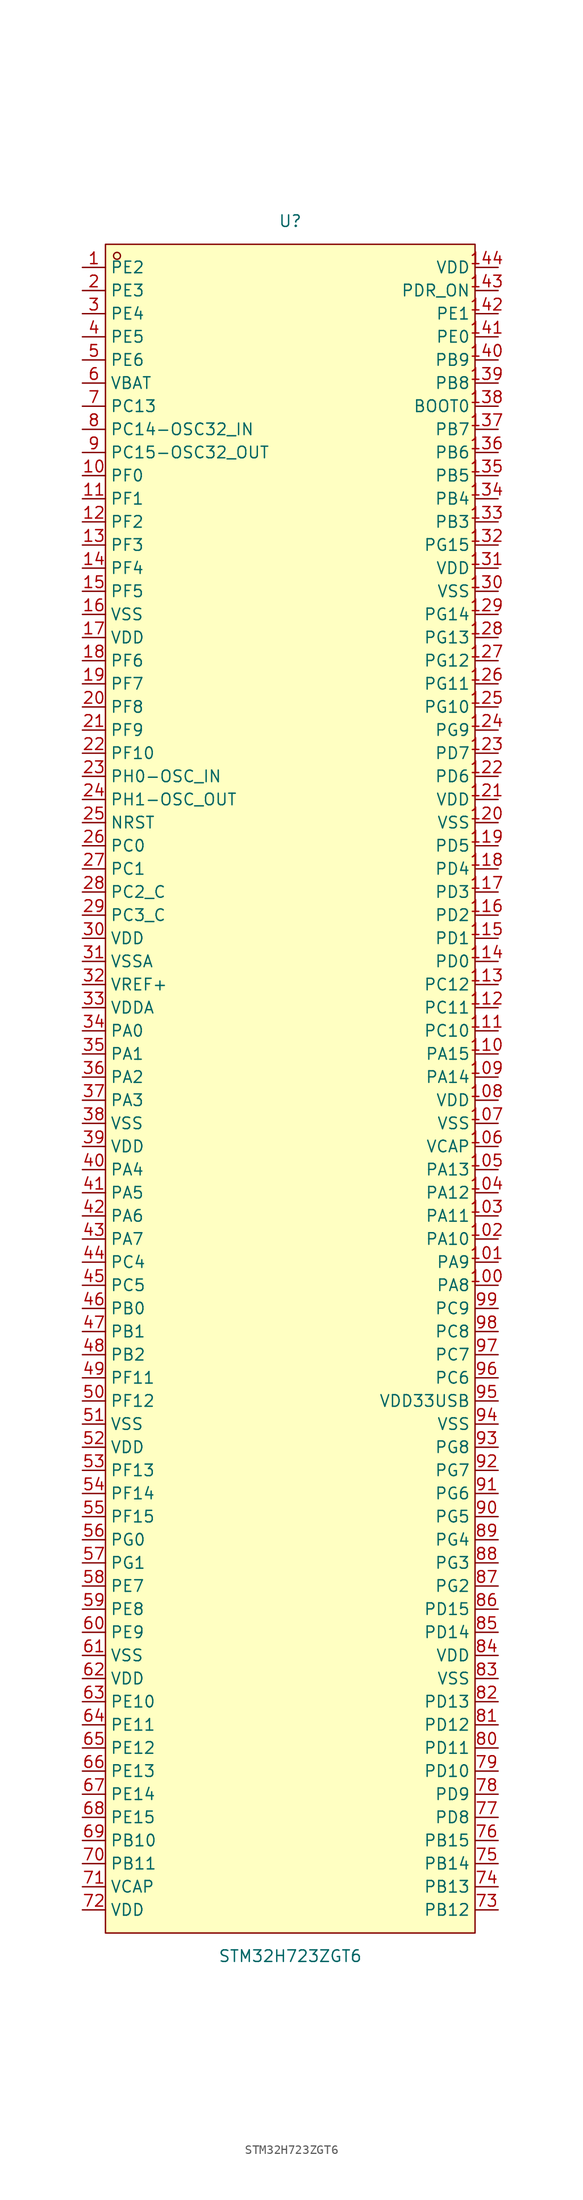
<source format=kicad_sym>
(kicad_symbol_lib
  (version 20211014)
  (generator https://github.com/uPesy/easyeda2kicad.py)
  (symbol "STM32H723ZGT6"
    (property "Reference" "U"
      (at 0 95.25 0)
      (effects (font (size 1.27 1.27))))
    (property "Value" "STM32H723ZGT6"
      (at 0 -95.25 0)
      (effects (font (size 1.27 1.27))))
    (symbol "STM32H723ZGT6_0_1"
      (rectangle (start -20.32 92.71) (end 20.32 -92.71) (stroke (width 0) (type default) (color 0 0 0 0)) (fill (type background)))
      (circle (center -19.05 91.44) (radius 0.38) (stroke (width 0) (type default) (color 0 0 0 0)) (fill (type none)))
      (pin unspecified line (at -22.86 90.17 0) (length 2.54) (name "PE2" (effects (font (size 1.27 1.27)))) (number "1" (effects (font (size 1.27 1.27)))))
      (pin unspecified line (at -22.86 87.63 0) (length 2.54) (name "PE3" (effects (font (size 1.27 1.27)))) (number "2" (effects (font (size 1.27 1.27)))))
      (pin unspecified line (at -22.86 85.09 0) (length 2.54) (name "PE4" (effects (font (size 1.27 1.27)))) (number "3" (effects (font (size 1.27 1.27)))))
      (pin unspecified line (at -22.86 82.55 0) (length 2.54) (name "PE5" (effects (font (size 1.27 1.27)))) (number "4" (effects (font (size 1.27 1.27)))))
      (pin unspecified line (at -22.86 80.01 0) (length 2.54) (name "PE6" (effects (font (size 1.27 1.27)))) (number "5" (effects (font (size 1.27 1.27)))))
      (pin unspecified line (at -22.86 77.47 0) (length 2.54) (name "VBAT" (effects (font (size 1.27 1.27)))) (number "6" (effects (font (size 1.27 1.27)))))
      (pin unspecified line (at -22.86 74.93 0) (length 2.54) (name "PC13" (effects (font (size 1.27 1.27)))) (number "7" (effects (font (size 1.27 1.27)))))
      (pin unspecified line (at -22.86 72.39 0) (length 2.54) (name "PC14-OSC32_IN" (effects (font (size 1.27 1.27)))) (number "8" (effects (font (size 1.27 1.27)))))
      (pin unspecified line (at -22.86 69.85 0) (length 2.54) (name "PC15-OSC32_OUT" (effects (font (size 1.27 1.27)))) (number "9" (effects (font (size 1.27 1.27)))))
      (pin unspecified line (at -22.86 67.31 0) (length 2.54) (name "PF0" (effects (font (size 1.27 1.27)))) (number "10" (effects (font (size 1.27 1.27)))))
      (pin unspecified line (at -22.86 64.77 0) (length 2.54) (name "PF1" (effects (font (size 1.27 1.27)))) (number "11" (effects (font (size 1.27 1.27)))))
      (pin unspecified line (at -22.86 62.23 0) (length 2.54) (name "PF2" (effects (font (size 1.27 1.27)))) (number "12" (effects (font (size 1.27 1.27)))))
      (pin unspecified line (at -22.86 59.69 0) (length 2.54) (name "PF3" (effects (font (size 1.27 1.27)))) (number "13" (effects (font (size 1.27 1.27)))))
      (pin unspecified line (at -22.86 57.15 0) (length 2.54) (name "PF4" (effects (font (size 1.27 1.27)))) (number "14" (effects (font (size 1.27 1.27)))))
      (pin unspecified line (at -22.86 54.61 0) (length 2.54) (name "PF5" (effects (font (size 1.27 1.27)))) (number "15" (effects (font (size 1.27 1.27)))))
      (pin unspecified line (at -22.86 52.07 0) (length 2.54) (name "VSS" (effects (font (size 1.27 1.27)))) (number "16" (effects (font (size 1.27 1.27)))))
      (pin unspecified line (at -22.86 49.53 0) (length 2.54) (name "VDD" (effects (font (size 1.27 1.27)))) (number "17" (effects (font (size 1.27 1.27)))))
      (pin unspecified line (at -22.86 46.99 0) (length 2.54) (name "PF6" (effects (font (size 1.27 1.27)))) (number "18" (effects (font (size 1.27 1.27)))))
      (pin unspecified line (at -22.86 44.45 0) (length 2.54) (name "PF7" (effects (font (size 1.27 1.27)))) (number "19" (effects (font (size 1.27 1.27)))))
      (pin unspecified line (at -22.86 41.91 0) (length 2.54) (name "PF8" (effects (font (size 1.27 1.27)))) (number "20" (effects (font (size 1.27 1.27)))))
      (pin unspecified line (at -22.86 39.37 0) (length 2.54) (name "PF9" (effects (font (size 1.27 1.27)))) (number "21" (effects (font (size 1.27 1.27)))))
      (pin unspecified line (at -22.86 36.83 0) (length 2.54) (name "PF10" (effects (font (size 1.27 1.27)))) (number "22" (effects (font (size 1.27 1.27)))))
      (pin unspecified line (at -22.86 34.29 0) (length 2.54) (name "PH0-OSC_IN" (effects (font (size 1.27 1.27)))) (number "23" (effects (font (size 1.27 1.27)))))
      (pin unspecified line (at -22.86 31.75 0) (length 2.54) (name "PH1-OSC_OUT" (effects (font (size 1.27 1.27)))) (number "24" (effects (font (size 1.27 1.27)))))
      (pin unspecified line (at -22.86 29.21 0) (length 2.54) (name "NRST" (effects (font (size 1.27 1.27)))) (number "25" (effects (font (size 1.27 1.27)))))
      (pin unspecified line (at -22.86 26.67 0) (length 2.54) (name "PC0" (effects (font (size 1.27 1.27)))) (number "26" (effects (font (size 1.27 1.27)))))
      (pin unspecified line (at -22.86 24.13 0) (length 2.54) (name "PC1" (effects (font (size 1.27 1.27)))) (number "27" (effects (font (size 1.27 1.27)))))
      (pin unspecified line (at -22.86 21.59 0) (length 2.54) (name "PC2_C" (effects (font (size 1.27 1.27)))) (number "28" (effects (font (size 1.27 1.27)))))
      (pin unspecified line (at -22.86 19.05 0) (length 2.54) (name "PC3_C" (effects (font (size 1.27 1.27)))) (number "29" (effects (font (size 1.27 1.27)))))
      (pin unspecified line (at -22.86 16.51 0) (length 2.54) (name "VDD" (effects (font (size 1.27 1.27)))) (number "30" (effects (font (size 1.27 1.27)))))
      (pin unspecified line (at -22.86 13.97 0) (length 2.54) (name "VSSA" (effects (font (size 1.27 1.27)))) (number "31" (effects (font (size 1.27 1.27)))))
      (pin unspecified line (at -22.86 11.43 0) (length 2.54) (name "VREF+" (effects (font (size 1.27 1.27)))) (number "32" (effects (font (size 1.27 1.27)))))
      (pin unspecified line (at -22.86 8.89 0) (length 2.54) (name "VDDA" (effects (font (size 1.27 1.27)))) (number "33" (effects (font (size 1.27 1.27)))))
      (pin unspecified line (at -22.86 6.35 0) (length 2.54) (name "PA0" (effects (font (size 1.27 1.27)))) (number "34" (effects (font (size 1.27 1.27)))))
      (pin unspecified line (at -22.86 3.81 0) (length 2.54) (name "PA1" (effects (font (size 1.27 1.27)))) (number "35" (effects (font (size 1.27 1.27)))))
      (pin unspecified line (at -22.86 1.27 0) (length 2.54) (name "PA2" (effects (font (size 1.27 1.27)))) (number "36" (effects (font (size 1.27 1.27)))))
      (pin unspecified line (at -22.86 -1.27 0) (length 2.54) (name "PA3" (effects (font (size 1.27 1.27)))) (number "37" (effects (font (size 1.27 1.27)))))
      (pin unspecified line (at -22.86 -3.81 0) (length 2.54) (name "VSS" (effects (font (size 1.27 1.27)))) (number "38" (effects (font (size 1.27 1.27)))))
      (pin unspecified line (at -22.86 -6.35 0) (length 2.54) (name "VDD" (effects (font (size 1.27 1.27)))) (number "39" (effects (font (size 1.27 1.27)))))
      (pin unspecified line (at -22.86 -8.89 0) (length 2.54) (name "PA4" (effects (font (size 1.27 1.27)))) (number "40" (effects (font (size 1.27 1.27)))))
      (pin unspecified line (at -22.86 -11.43 0) (length 2.54) (name "PA5" (effects (font (size 1.27 1.27)))) (number "41" (effects (font (size 1.27 1.27)))))
      (pin unspecified line (at -22.86 -13.97 0) (length 2.54) (name "PA6" (effects (font (size 1.27 1.27)))) (number "42" (effects (font (size 1.27 1.27)))))
      (pin unspecified line (at -22.86 -16.51 0) (length 2.54) (name "PA7" (effects (font (size 1.27 1.27)))) (number "43" (effects (font (size 1.27 1.27)))))
      (pin unspecified line (at -22.86 -19.05 0) (length 2.54) (name "PC4" (effects (font (size 1.27 1.27)))) (number "44" (effects (font (size 1.27 1.27)))))
      (pin unspecified line (at -22.86 -21.59 0) (length 2.54) (name "PC5" (effects (font (size 1.27 1.27)))) (number "45" (effects (font (size 1.27 1.27)))))
      (pin unspecified line (at -22.86 -24.13 0) (length 2.54) (name "PB0" (effects (font (size 1.27 1.27)))) (number "46" (effects (font (size 1.27 1.27)))))
      (pin unspecified line (at -22.86 -26.67 0) (length 2.54) (name "PB1" (effects (font (size 1.27 1.27)))) (number "47" (effects (font (size 1.27 1.27)))))
      (pin unspecified line (at -22.86 -29.21 0) (length 2.54) (name "PB2" (effects (font (size 1.27 1.27)))) (number "48" (effects (font (size 1.27 1.27)))))
      (pin unspecified line (at -22.86 -31.75 0) (length 2.54) (name "PF11" (effects (font (size 1.27 1.27)))) (number "49" (effects (font (size 1.27 1.27)))))
      (pin unspecified line (at -22.86 -34.29 0) (length 2.54) (name "PF12" (effects (font (size 1.27 1.27)))) (number "50" (effects (font (size 1.27 1.27)))))
      (pin unspecified line (at -22.86 -36.83 0) (length 2.54) (name "VSS" (effects (font (size 1.27 1.27)))) (number "51" (effects (font (size 1.27 1.27)))))
      (pin unspecified line (at -22.86 -39.37 0) (length 2.54) (name "VDD" (effects (font (size 1.27 1.27)))) (number "52" (effects (font (size 1.27 1.27)))))
      (pin unspecified line (at -22.86 -41.91 0) (length 2.54) (name "PF13" (effects (font (size 1.27 1.27)))) (number "53" (effects (font (size 1.27 1.27)))))
      (pin unspecified line (at -22.86 -44.45 0) (length 2.54) (name "PF14" (effects (font (size 1.27 1.27)))) (number "54" (effects (font (size 1.27 1.27)))))
      (pin unspecified line (at -22.86 -46.99 0) (length 2.54) (name "PF15" (effects (font (size 1.27 1.27)))) (number "55" (effects (font (size 1.27 1.27)))))
      (pin unspecified line (at -22.86 -49.53 0) (length 2.54) (name "PG0" (effects (font (size 1.27 1.27)))) (number "56" (effects (font (size 1.27 1.27)))))
      (pin unspecified line (at -22.86 -52.07 0) (length 2.54) (name "PG1" (effects (font (size 1.27 1.27)))) (number "57" (effects (font (size 1.27 1.27)))))
      (pin unspecified line (at -22.86 -54.61 0) (length 2.54) (name "PE7" (effects (font (size 1.27 1.27)))) (number "58" (effects (font (size 1.27 1.27)))))
      (pin unspecified line (at -22.86 -57.15 0) (length 2.54) (name "PE8" (effects (font (size 1.27 1.27)))) (number "59" (effects (font (size 1.27 1.27)))))
      (pin unspecified line (at -22.86 -59.69 0) (length 2.54) (name "PE9" (effects (font (size 1.27 1.27)))) (number "60" (effects (font (size 1.27 1.27)))))
      (pin unspecified line (at -22.86 -62.23 0) (length 2.54) (name "VSS" (effects (font (size 1.27 1.27)))) (number "61" (effects (font (size 1.27 1.27)))))
      (pin unspecified line (at -22.86 -64.77 0) (length 2.54) (name "VDD" (effects (font (size 1.27 1.27)))) (number "62" (effects (font (size 1.27 1.27)))))
      (pin unspecified line (at -22.86 -67.31 0) (length 2.54) (name "PE10" (effects (font (size 1.27 1.27)))) (number "63" (effects (font (size 1.27 1.27)))))
      (pin unspecified line (at -22.86 -69.85 0) (length 2.54) (name "PE11" (effects (font (size 1.27 1.27)))) (number "64" (effects (font (size 1.27 1.27)))))
      (pin unspecified line (at -22.86 -72.39 0) (length 2.54) (name "PE12" (effects (font (size 1.27 1.27)))) (number "65" (effects (font (size 1.27 1.27)))))
      (pin unspecified line (at -22.86 -74.93 0) (length 2.54) (name "PE13" (effects (font (size 1.27 1.27)))) (number "66" (effects (font (size 1.27 1.27)))))
      (pin unspecified line (at -22.86 -77.47 0) (length 2.54) (name "PE14" (effects (font (size 1.27 1.27)))) (number "67" (effects (font (size 1.27 1.27)))))
      (pin unspecified line (at -22.86 -80.01 0) (length 2.54) (name "PE15" (effects (font (size 1.27 1.27)))) (number "68" (effects (font (size 1.27 1.27)))))
      (pin unspecified line (at -22.86 -82.55 0) (length 2.54) (name "PB10" (effects (font (size 1.27 1.27)))) (number "69" (effects (font (size 1.27 1.27)))))
      (pin unspecified line (at -22.86 -85.09 0) (length 2.54) (name "PB11" (effects (font (size 1.27 1.27)))) (number "70" (effects (font (size 1.27 1.27)))))
      (pin unspecified line (at -22.86 -87.63 0) (length 2.54) (name "VCAP" (effects (font (size 1.27 1.27)))) (number "71" (effects (font (size 1.27 1.27)))))
      (pin unspecified line (at -22.86 -90.17 0) (length 2.54) (name "VDD" (effects (font (size 1.27 1.27)))) (number "72" (effects (font (size 1.27 1.27)))))
      (pin unspecified line (at 22.86 -90.17 180) (length 2.54) (name "PB12" (effects (font (size 1.27 1.27)))) (number "73" (effects (font (size 1.27 1.27)))))
      (pin unspecified line (at 22.86 -87.63 180) (length 2.54) (name "PB13" (effects (font (size 1.27 1.27)))) (number "74" (effects (font (size 1.27 1.27)))))
      (pin unspecified line (at 22.86 -85.09 180) (length 2.54) (name "PB14" (effects (font (size 1.27 1.27)))) (number "75" (effects (font (size 1.27 1.27)))))
      (pin unspecified line (at 22.86 -82.55 180) (length 2.54) (name "PB15" (effects (font (size 1.27 1.27)))) (number "76" (effects (font (size 1.27 1.27)))))
      (pin unspecified line (at 22.86 -80.01 180) (length 2.54) (name "PD8" (effects (font (size 1.27 1.27)))) (number "77" (effects (font (size 1.27 1.27)))))
      (pin unspecified line (at 22.86 -77.47 180) (length 2.54) (name "PD9" (effects (font (size 1.27 1.27)))) (number "78" (effects (font (size 1.27 1.27)))))
      (pin unspecified line (at 22.86 -74.93 180) (length 2.54) (name "PD10" (effects (font (size 1.27 1.27)))) (number "79" (effects (font (size 1.27 1.27)))))
      (pin unspecified line (at 22.86 -72.39 180) (length 2.54) (name "PD11" (effects (font (size 1.27 1.27)))) (number "80" (effects (font (size 1.27 1.27)))))
      (pin unspecified line (at 22.86 -69.85 180) (length 2.54) (name "PD12" (effects (font (size 1.27 1.27)))) (number "81" (effects (font (size 1.27 1.27)))))
      (pin unspecified line (at 22.86 -67.31 180) (length 2.54) (name "PD13" (effects (font (size 1.27 1.27)))) (number "82" (effects (font (size 1.27 1.27)))))
      (pin unspecified line (at 22.86 -64.77 180) (length 2.54) (name "VSS" (effects (font (size 1.27 1.27)))) (number "83" (effects (font (size 1.27 1.27)))))
      (pin unspecified line (at 22.86 -62.23 180) (length 2.54) (name "VDD" (effects (font (size 1.27 1.27)))) (number "84" (effects (font (size 1.27 1.27)))))
      (pin unspecified line (at 22.86 -59.69 180) (length 2.54) (name "PD14" (effects (font (size 1.27 1.27)))) (number "85" (effects (font (size 1.27 1.27)))))
      (pin unspecified line (at 22.86 -57.15 180) (length 2.54) (name "PD15" (effects (font (size 1.27 1.27)))) (number "86" (effects (font (size 1.27 1.27)))))
      (pin unspecified line (at 22.86 -54.61 180) (length 2.54) (name "PG2" (effects (font (size 1.27 1.27)))) (number "87" (effects (font (size 1.27 1.27)))))
      (pin unspecified line (at 22.86 -52.07 180) (length 2.54) (name "PG3" (effects (font (size 1.27 1.27)))) (number "88" (effects (font (size 1.27 1.27)))))
      (pin unspecified line (at 22.86 -49.53 180) (length 2.54) (name "PG4" (effects (font (size 1.27 1.27)))) (number "89" (effects (font (size 1.27 1.27)))))
      (pin unspecified line (at 22.86 -46.99 180) (length 2.54) (name "PG5" (effects (font (size 1.27 1.27)))) (number "90" (effects (font (size 1.27 1.27)))))
      (pin unspecified line (at 22.86 -44.45 180) (length 2.54) (name "PG6" (effects (font (size 1.27 1.27)))) (number "91" (effects (font (size 1.27 1.27)))))
      (pin unspecified line (at 22.86 -41.91 180) (length 2.54) (name "PG7" (effects (font (size 1.27 1.27)))) (number "92" (effects (font (size 1.27 1.27)))))
      (pin unspecified line (at 22.86 -39.37 180) (length 2.54) (name "PG8" (effects (font (size 1.27 1.27)))) (number "93" (effects (font (size 1.27 1.27)))))
      (pin unspecified line (at 22.86 -36.83 180) (length 2.54) (name "VSS" (effects (font (size 1.27 1.27)))) (number "94" (effects (font (size 1.27 1.27)))))
      (pin unspecified line (at 22.86 -34.29 180) (length 2.54) (name "VDD33USB" (effects (font (size 1.27 1.27)))) (number "95" (effects (font (size 1.27 1.27)))))
      (pin unspecified line (at 22.86 -31.75 180) (length 2.54) (name "PC6" (effects (font (size 1.27 1.27)))) (number "96" (effects (font (size 1.27 1.27)))))
      (pin unspecified line (at 22.86 -29.21 180) (length 2.54) (name "PC7" (effects (font (size 1.27 1.27)))) (number "97" (effects (font (size 1.27 1.27)))))
      (pin unspecified line (at 22.86 -26.67 180) (length 2.54) (name "PC8" (effects (font (size 1.27 1.27)))) (number "98" (effects (font (size 1.27 1.27)))))
      (pin unspecified line (at 22.86 -24.13 180) (length 2.54) (name "PC9" (effects (font (size 1.27 1.27)))) (number "99" (effects (font (size 1.27 1.27)))))
      (pin unspecified line (at 22.86 -21.59 180) (length 2.54) (name "PA8" (effects (font (size 1.27 1.27)))) (number "100" (effects (font (size 1.27 1.27)))))
      (pin unspecified line (at 22.86 -19.05 180) (length 2.54) (name "PA9" (effects (font (size 1.27 1.27)))) (number "101" (effects (font (size 1.27 1.27)))))
      (pin unspecified line (at 22.86 -16.51 180) (length 2.54) (name "PA10" (effects (font (size 1.27 1.27)))) (number "102" (effects (font (size 1.27 1.27)))))
      (pin unspecified line (at 22.86 -13.97 180) (length 2.54) (name "PA11" (effects (font (size 1.27 1.27)))) (number "103" (effects (font (size 1.27 1.27)))))
      (pin unspecified line (at 22.86 -11.43 180) (length 2.54) (name "PA12" (effects (font (size 1.27 1.27)))) (number "104" (effects (font (size 1.27 1.27)))))
      (pin unspecified line (at 22.86 -8.89 180) (length 2.54) (name "PA13" (effects (font (size 1.27 1.27)))) (number "105" (effects (font (size 1.27 1.27)))))
      (pin unspecified line (at 22.86 -6.35 180) (length 2.54) (name "VCAP" (effects (font (size 1.27 1.27)))) (number "106" (effects (font (size 1.27 1.27)))))
      (pin unspecified line (at 22.86 -3.81 180) (length 2.54) (name "VSS" (effects (font (size 1.27 1.27)))) (number "107" (effects (font (size 1.27 1.27)))))
      (pin unspecified line (at 22.86 -1.27 180) (length 2.54) (name "VDD" (effects (font (size 1.27 1.27)))) (number "108" (effects (font (size 1.27 1.27)))))
      (pin unspecified line (at 22.86 1.27 180) (length 2.54) (name "PA14" (effects (font (size 1.27 1.27)))) (number "109" (effects (font (size 1.27 1.27)))))
      (pin unspecified line (at 22.86 3.81 180) (length 2.54) (name "PA15" (effects (font (size 1.27 1.27)))) (number "110" (effects (font (size 1.27 1.27)))))
      (pin unspecified line (at 22.86 6.35 180) (length 2.54) (name "PC10" (effects (font (size 1.27 1.27)))) (number "111" (effects (font (size 1.27 1.27)))))
      (pin unspecified line (at 22.86 8.89 180) (length 2.54) (name "PC11" (effects (font (size 1.27 1.27)))) (number "112" (effects (font (size 1.27 1.27)))))
      (pin unspecified line (at 22.86 11.43 180) (length 2.54) (name "PC12" (effects (font (size 1.27 1.27)))) (number "113" (effects (font (size 1.27 1.27)))))
      (pin unspecified line (at 22.86 13.97 180) (length 2.54) (name "PD0" (effects (font (size 1.27 1.27)))) (number "114" (effects (font (size 1.27 1.27)))))
      (pin unspecified line (at 22.86 16.51 180) (length 2.54) (name "PD1" (effects (font (size 1.27 1.27)))) (number "115" (effects (font (size 1.27 1.27)))))
      (pin unspecified line (at 22.86 19.05 180) (length 2.54) (name "PD2" (effects (font (size 1.27 1.27)))) (number "116" (effects (font (size 1.27 1.27)))))
      (pin unspecified line (at 22.86 21.59 180) (length 2.54) (name "PD3" (effects (font (size 1.27 1.27)))) (number "117" (effects (font (size 1.27 1.27)))))
      (pin unspecified line (at 22.86 24.13 180) (length 2.54) (name "PD4" (effects (font (size 1.27 1.27)))) (number "118" (effects (font (size 1.27 1.27)))))
      (pin unspecified line (at 22.86 26.67 180) (length 2.54) (name "PD5" (effects (font (size 1.27 1.27)))) (number "119" (effects (font (size 1.27 1.27)))))
      (pin unspecified line (at 22.86 29.21 180) (length 2.54) (name "VSS" (effects (font (size 1.27 1.27)))) (number "120" (effects (font (size 1.27 1.27)))))
      (pin unspecified line (at 22.86 31.75 180) (length 2.54) (name "VDD" (effects (font (size 1.27 1.27)))) (number "121" (effects (font (size 1.27 1.27)))))
      (pin unspecified line (at 22.86 34.29 180) (length 2.54) (name "PD6" (effects (font (size 1.27 1.27)))) (number "122" (effects (font (size 1.27 1.27)))))
      (pin unspecified line (at 22.86 36.83 180) (length 2.54) (name "PD7" (effects (font (size 1.27 1.27)))) (number "123" (effects (font (size 1.27 1.27)))))
      (pin unspecified line (at 22.86 39.37 180) (length 2.54) (name "PG9" (effects (font (size 1.27 1.27)))) (number "124" (effects (font (size 1.27 1.27)))))
      (pin unspecified line (at 22.86 41.91 180) (length 2.54) (name "PG10" (effects (font (size 1.27 1.27)))) (number "125" (effects (font (size 1.27 1.27)))))
      (pin unspecified line (at 22.86 44.45 180) (length 2.54) (name "PG11" (effects (font (size 1.27 1.27)))) (number "126" (effects (font (size 1.27 1.27)))))
      (pin unspecified line (at 22.86 46.99 180) (length 2.54) (name "PG12" (effects (font (size 1.27 1.27)))) (number "127" (effects (font (size 1.27 1.27)))))
      (pin unspecified line (at 22.86 49.53 180) (length 2.54) (name "PG13" (effects (font (size 1.27 1.27)))) (number "128" (effects (font (size 1.27 1.27)))))
      (pin unspecified line (at 22.86 52.07 180) (length 2.54) (name "PG14" (effects (font (size 1.27 1.27)))) (number "129" (effects (font (size 1.27 1.27)))))
      (pin unspecified line (at 22.86 54.61 180) (length 2.54) (name "VSS" (effects (font (size 1.27 1.27)))) (number "130" (effects (font (size 1.27 1.27)))))
      (pin unspecified line (at 22.86 57.15 180) (length 2.54) (name "VDD" (effects (font (size 1.27 1.27)))) (number "131" (effects (font (size 1.27 1.27)))))
      (pin unspecified line (at 22.86 59.69 180) (length 2.54) (name "PG15" (effects (font (size 1.27 1.27)))) (number "132" (effects (font (size 1.27 1.27)))))
      (pin unspecified line (at 22.86 62.23 180) (length 2.54) (name "PB3" (effects (font (size 1.27 1.27)))) (number "133" (effects (font (size 1.27 1.27)))))
      (pin unspecified line (at 22.86 64.77 180) (length 2.54) (name "PB4" (effects (font (size 1.27 1.27)))) (number "134" (effects (font (size 1.27 1.27)))))
      (pin unspecified line (at 22.86 67.31 180) (length 2.54) (name "PB5" (effects (font (size 1.27 1.27)))) (number "135" (effects (font (size 1.27 1.27)))))
      (pin unspecified line (at 22.86 69.85 180) (length 2.54) (name "PB6" (effects (font (size 1.27 1.27)))) (number "136" (effects (font (size 1.27 1.27)))))
      (pin unspecified line (at 22.86 72.39 180) (length 2.54) (name "PB7" (effects (font (size 1.27 1.27)))) (number "137" (effects (font (size 1.27 1.27)))))
      (pin unspecified line (at 22.86 74.93 180) (length 2.54) (name "BOOT0" (effects (font (size 1.27 1.27)))) (number "138" (effects (font (size 1.27 1.27)))))
      (pin unspecified line (at 22.86 77.47 180) (length 2.54) (name "PB8" (effects (font (size 1.27 1.27)))) (number "139" (effects (font (size 1.27 1.27)))))
      (pin unspecified line (at 22.86 80.01 180) (length 2.54) (name "PB9" (effects (font (size 1.27 1.27)))) (number "140" (effects (font (size 1.27 1.27)))))
      (pin unspecified line (at 22.86 82.55 180) (length 2.54) (name "PE0" (effects (font (size 1.27 1.27)))) (number "141" (effects (font (size 1.27 1.27)))))
      (pin unspecified line (at 22.86 85.09 180) (length 2.54) (name "PE1" (effects (font (size 1.27 1.27)))) (number "142" (effects (font (size 1.27 1.27)))))
      (pin unspecified line (at 22.86 87.63 180) (length 2.54) (name "PDR_ON" (effects (font (size 1.27 1.27)))) (number "143" (effects (font (size 1.27 1.27)))))
      (pin unspecified line (at 22.86 90.17 180) (length 2.54) (name "VDD" (effects (font (size 1.27 1.27)))) (number "144" (effects (font (size 1.27 1.27))))))))
</source>
